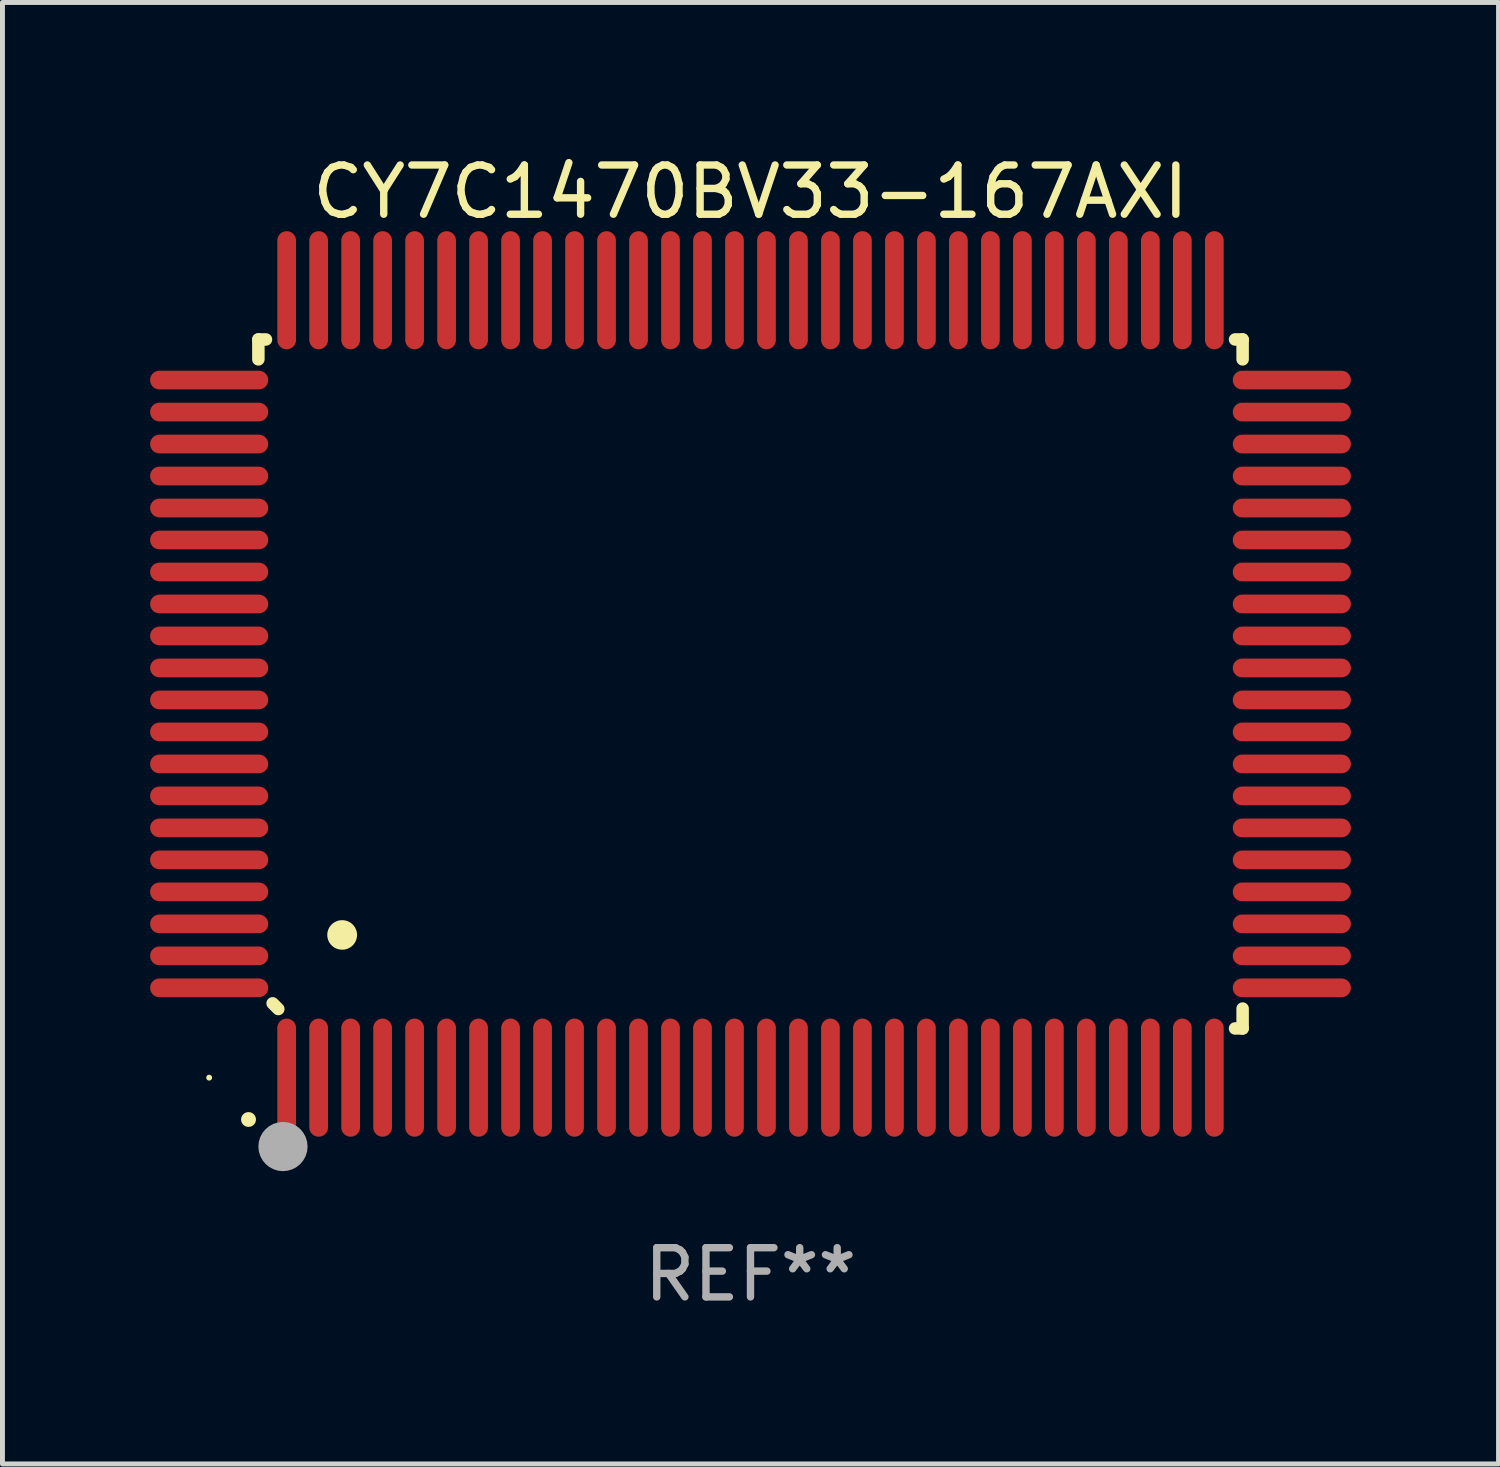
<source format=kicad_pcb>
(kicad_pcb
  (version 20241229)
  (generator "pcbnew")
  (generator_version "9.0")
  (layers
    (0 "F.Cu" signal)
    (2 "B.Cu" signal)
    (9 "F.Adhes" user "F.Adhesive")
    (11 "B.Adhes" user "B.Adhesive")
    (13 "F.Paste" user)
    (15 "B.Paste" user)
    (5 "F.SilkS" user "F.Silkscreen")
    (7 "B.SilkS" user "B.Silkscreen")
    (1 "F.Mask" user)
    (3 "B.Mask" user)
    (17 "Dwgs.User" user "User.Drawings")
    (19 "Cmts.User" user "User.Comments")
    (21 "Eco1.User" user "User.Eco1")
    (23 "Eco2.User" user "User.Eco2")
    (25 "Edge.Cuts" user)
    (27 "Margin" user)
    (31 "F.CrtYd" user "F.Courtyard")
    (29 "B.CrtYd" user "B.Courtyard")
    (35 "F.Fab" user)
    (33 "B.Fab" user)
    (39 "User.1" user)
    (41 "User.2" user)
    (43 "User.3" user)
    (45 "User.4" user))
  (footprint "CY7C1470BV33-167AXI"
    (layer "F.Cu")
    (at 12.2 10.848)
    (property "Reference" "CY7C1470BV33-167AXI" (at 0 -10 0) (layer "F.SilkS") (effects (font (size 1 1) (thickness 0.15))))
    (attr through_hole)
    (fp_line (start -10 -7) (end -10 -6.596) (stroke (width 0.254) (type solid)) (layer "F.SilkS"))
    (fp_line (start -10 -7) (end -9.846 -7) (stroke (width 0.254) (type solid)) (layer "F.SilkS"))
    (fp_line (start -9.595 6.605) (end -9.71 6.49) (stroke (width 0.254) (type solid)) (layer "F.SilkS"))
    (fp_line (start 9.846 -7) (end 10 -7) (stroke (width 0.254) (type solid)) (layer "F.SilkS"))
    (fp_line (start 10 -7) (end 10 -6.596) (stroke (width 0.254) (type solid)) (layer "F.SilkS"))
    (fp_line (start 10 6.596) (end 10 7) (stroke (width 0.254) (type solid)) (layer "F.SilkS"))
    (fp_line (start 10 7) (end 9.846 7) (stroke (width 0.254) (type solid)) (layer "F.SilkS"))
    (fp_arc (start -10.201295 8.850064) (mid -10.200025 8.850059) (end -10.198755 8.850064) (stroke (width 0.3) (type solid)) (layer "F.SilkS"))
    (fp_arc (start -8.300025 5.100076) (mid -8.297485 5.100065) (end -8.294945 5.100076) (stroke (width 0.6) (type solid)) (layer "F.SilkS"))
    (fp_circle (center -11 8) (end -10.97 8) (stroke (width 0.06) (type solid)) (fill no) (layer "F.SilkS"))
    (fp_circle (center -9.5 9.4) (end -9.25 9.4) (stroke (width 0.5) (type solid)) (fill no) (layer "F.Fab"))
    (fp_text user "REF**" (at 0 12 0) (layer "F.Fab") (effects (font (size 1 1) (thickness 0.15))))
    (pad "1" smd oval (at -9.425 8 180) (size 0.38 2.4) (layers "F.Cu" "F.Mask" "F.Paste"))
    (pad "2" smd oval (at -8.775 8 180) (size 0.38 2.4) (layers "F.Cu" "F.Mask" "F.Paste"))
    (pad "3" smd oval (at -8.125 8 180) (size 0.38 2.4) (layers "F.Cu" "F.Mask" "F.Paste"))
    (pad "4" smd oval (at -7.475 8 180) (size 0.38 2.4) (layers "F.Cu" "F.Mask" "F.Paste"))
    (pad "5" smd oval (at -6.825 8 180) (size 0.38 2.4) (layers "F.Cu" "F.Mask" "F.Paste"))
    (pad "6" smd oval (at -6.175 8 180) (size 0.38 2.4) (layers "F.Cu" "F.Mask" "F.Paste"))
    (pad "7" smd oval (at -5.525 8 180) (size 0.38 2.4) (layers "F.Cu" "F.Mask" "F.Paste"))
    (pad "8" smd oval (at -4.875 8 180) (size 0.38 2.4) (layers "F.Cu" "F.Mask" "F.Paste"))
    (pad "9" smd oval (at -4.225 8 180) (size 0.38 2.4) (layers "F.Cu" "F.Mask" "F.Paste"))
    (pad "10" smd oval (at -3.575 8 180) (size 0.38 2.4) (layers "F.Cu" "F.Mask" "F.Paste"))
    (pad "11" smd oval (at -2.925 8 180) (size 0.38 2.4) (layers "F.Cu" "F.Mask" "F.Paste"))
    (pad "12" smd oval (at -2.275 8 180) (size 0.38 2.4) (layers "F.Cu" "F.Mask" "F.Paste"))
    (pad "13" smd oval (at -1.625 8 180) (size 0.38 2.4) (layers "F.Cu" "F.Mask" "F.Paste"))
    (pad "14" smd oval (at -0.975 8 180) (size 0.38 2.4) (layers "F.Cu" "F.Mask" "F.Paste"))
    (pad "15" smd oval (at -0.325 8 180) (size 0.38 2.4) (layers "F.Cu" "F.Mask" "F.Paste"))
    (pad "16" smd oval (at 0.325 8 180) (size 0.38 2.4) (layers "F.Cu" "F.Mask" "F.Paste"))
    (pad "17" smd oval (at 0.975 8 180) (size 0.38 2.4) (layers "F.Cu" "F.Mask" "F.Paste"))
    (pad "18" smd oval (at 1.625 8 180) (size 0.38 2.4) (layers "F.Cu" "F.Mask" "F.Paste"))
    (pad "19" smd oval (at 2.275 8 180) (size 0.38 2.4) (layers "F.Cu" "F.Mask" "F.Paste"))
    (pad "20" smd oval (at 2.925 8 180) (size 0.38 2.4) (layers "F.Cu" "F.Mask" "F.Paste"))
    (pad "21" smd oval (at 3.575 8 180) (size 0.38 2.4) (layers "F.Cu" "F.Mask" "F.Paste"))
    (pad "22" smd oval (at 4.225 8 180) (size 0.38 2.4) (layers "F.Cu" "F.Mask" "F.Paste"))
    (pad "23" smd oval (at 4.875 8 180) (size 0.38 2.4) (layers "F.Cu" "F.Mask" "F.Paste"))
    (pad "24" smd oval (at 5.525 8 180) (size 0.38 2.4) (layers "F.Cu" "F.Mask" "F.Paste"))
    (pad "25" smd oval (at 6.175 8 180) (size 0.38 2.4) (layers "F.Cu" "F.Mask" "F.Paste"))
    (pad "26" smd oval (at 6.825 8 180) (size 0.38 2.4) (layers "F.Cu" "F.Mask" "F.Paste"))
    (pad "27" smd oval (at 7.475 8 180) (size 0.38 2.4) (layers "F.Cu" "F.Mask" "F.Paste"))
    (pad "28" smd oval (at 8.125 8 180) (size 0.38 2.4) (layers "F.Cu" "F.Mask" "F.Paste"))
    (pad "29" smd oval (at 8.775 8 180) (size 0.38 2.4) (layers "F.Cu" "F.Mask" "F.Paste"))
    (pad "30" smd oval (at 9.425 8 180) (size 0.38 2.4) (layers "F.Cu" "F.Mask" "F.Paste"))
    (pad "31" smd oval (at 11 6.175 90) (size 0.38 2.4) (layers "F.Cu" "F.Mask" "F.Paste"))
    (pad "32" smd oval (at 11 5.525 90) (size 0.38 2.4) (layers "F.Cu" "F.Mask" "F.Paste"))
    (pad "33" smd oval (at 11 4.875 90) (size 0.38 2.4) (layers "F.Cu" "F.Mask" "F.Paste"))
    (pad "34" smd oval (at 11 4.225 90) (size 0.38 2.4) (layers "F.Cu" "F.Mask" "F.Paste"))
    (pad "35" smd oval (at 11 3.575 90) (size 0.38 2.4) (layers "F.Cu" "F.Mask" "F.Paste"))
    (pad "36" smd oval (at 11 2.925 90) (size 0.38 2.4) (layers "F.Cu" "F.Mask" "F.Paste"))
    (pad "37" smd oval (at 11 2.275 90) (size 0.38 2.4) (layers "F.Cu" "F.Mask" "F.Paste"))
    (pad "38" smd oval (at 11 1.625 90) (size 0.38 2.4) (layers "F.Cu" "F.Mask" "F.Paste"))
    (pad "39" smd oval (at 11 0.975 90) (size 0.38 2.4) (layers "F.Cu" "F.Mask" "F.Paste"))
    (pad "40" smd oval (at 11 0.325 90) (size 0.38 2.4) (layers "F.Cu" "F.Mask" "F.Paste"))
    (pad "41" smd oval (at 11 -0.325 90) (size 0.38 2.4) (layers "F.Cu" "F.Mask" "F.Paste"))
    (pad "42" smd oval (at 11 -0.975 90) (size 0.38 2.4) (layers "F.Cu" "F.Mask" "F.Paste"))
    (pad "43" smd oval (at 11 -1.625 90) (size 0.38 2.4) (layers "F.Cu" "F.Mask" "F.Paste"))
    (pad "44" smd oval (at 11 -2.275 90) (size 0.38 2.4) (layers "F.Cu" "F.Mask" "F.Paste"))
    (pad "45" smd oval (at 11 -2.925 90) (size 0.38 2.4) (layers "F.Cu" "F.Mask" "F.Paste"))
    (pad "46" smd oval (at 11 -3.575 90) (size 0.38 2.4) (layers "F.Cu" "F.Mask" "F.Paste"))
    (pad "47" smd oval (at 11 -4.225 90) (size 0.38 2.4) (layers "F.Cu" "F.Mask" "F.Paste"))
    (pad "48" smd oval (at 11 -4.875 90) (size 0.38 2.4) (layers "F.Cu" "F.Mask" "F.Paste"))
    (pad "49" smd oval (at 11 -5.525 90) (size 0.38 2.4) (layers "F.Cu" "F.Mask" "F.Paste"))
    (pad "50" smd oval (at 11 -6.175 90) (size 0.38 2.4) (layers "F.Cu" "F.Mask" "F.Paste"))
    (pad "51" smd oval (at 9.425 -8 180) (size 0.38 2.4) (layers "F.Cu" "F.Mask" "F.Paste"))
    (pad "52" smd oval (at 8.775 -8 180) (size 0.38 2.4) (layers "F.Cu" "F.Mask" "F.Paste"))
    (pad "53" smd oval (at 8.125 -8 180) (size 0.38 2.4) (layers "F.Cu" "F.Mask" "F.Paste"))
    (pad "54" smd oval (at 7.475 -8 180) (size 0.38 2.4) (layers "F.Cu" "F.Mask" "F.Paste"))
    (pad "55" smd oval (at 6.825 -8 180) (size 0.38 2.4) (layers "F.Cu" "F.Mask" "F.Paste"))
    (pad "56" smd oval (at 6.175 -8 180) (size 0.38 2.4) (layers "F.Cu" "F.Mask" "F.Paste"))
    (pad "57" smd oval (at 5.525 -8 180) (size 0.38 2.4) (layers "F.Cu" "F.Mask" "F.Paste"))
    (pad "58" smd oval (at 4.875 -8 180) (size 0.38 2.4) (layers "F.Cu" "F.Mask" "F.Paste"))
    (pad "59" smd oval (at 4.225 -8 180) (size 0.38 2.4) (layers "F.Cu" "F.Mask" "F.Paste"))
    (pad "60" smd oval (at 3.575 -8 180) (size 0.38 2.4) (layers "F.Cu" "F.Mask" "F.Paste"))
    (pad "61" smd oval (at 2.925 -8 180) (size 0.38 2.4) (layers "F.Cu" "F.Mask" "F.Paste"))
    (pad "62" smd oval (at 2.275 -8 180) (size 0.38 2.4) (layers "F.Cu" "F.Mask" "F.Paste"))
    (pad "63" smd oval (at 1.625 -8 180) (size 0.38 2.4) (layers "F.Cu" "F.Mask" "F.Paste"))
    (pad "64" smd oval (at 0.975 -8 180) (size 0.38 2.4) (layers "F.Cu" "F.Mask" "F.Paste"))
    (pad "65" smd oval (at 0.325 -8 180) (size 0.38 2.4) (layers "F.Cu" "F.Mask" "F.Paste"))
    (pad "66" smd oval (at -0.325 -8 180) (size 0.38 2.4) (layers "F.Cu" "F.Mask" "F.Paste"))
    (pad "67" smd oval (at -0.975 -8 180) (size 0.38 2.4) (layers "F.Cu" "F.Mask" "F.Paste"))
    (pad "68" smd oval (at -1.625 -8 180) (size 0.38 2.4) (layers "F.Cu" "F.Mask" "F.Paste"))
    (pad "69" smd oval (at -2.275 -8 180) (size 0.38 2.4) (layers "F.Cu" "F.Mask" "F.Paste"))
    (pad "70" smd oval (at -2.925 -8 180) (size 0.38 2.4) (layers "F.Cu" "F.Mask" "F.Paste"))
    (pad "71" smd oval (at -3.575 -8 180) (size 0.38 2.4) (layers "F.Cu" "F.Mask" "F.Paste"))
    (pad "72" smd oval (at -4.225 -8 180) (size 0.38 2.4) (layers "F.Cu" "F.Mask" "F.Paste"))
    (pad "73" smd oval (at -4.875 -8 180) (size 0.38 2.4) (layers "F.Cu" "F.Mask" "F.Paste"))
    (pad "74" smd oval (at -5.525 -8 180) (size 0.38 2.4) (layers "F.Cu" "F.Mask" "F.Paste"))
    (pad "75" smd oval (at -6.175 -8 180) (size 0.38 2.4) (layers "F.Cu" "F.Mask" "F.Paste"))
    (pad "76" smd oval (at -6.825 -8 180) (size 0.38 2.4) (layers "F.Cu" "F.Mask" "F.Paste"))
    (pad "77" smd oval (at -7.475 -8 180) (size 0.38 2.4) (layers "F.Cu" "F.Mask" "F.Paste"))
    (pad "78" smd oval (at -8.125 -8 180) (size 0.38 2.4) (layers "F.Cu" "F.Mask" "F.Paste"))
    (pad "79" smd oval (at -8.775 -8 180) (size 0.38 2.4) (layers "F.Cu" "F.Mask" "F.Paste"))
    (pad "80" smd oval (at -9.425 -8 180) (size 0.38 2.4) (layers "F.Cu" "F.Mask" "F.Paste"))
    (pad "81" smd oval (at -11 -6.175 90) (size 0.38 2.4) (layers "F.Cu" "F.Mask" "F.Paste"))
    (pad "82" smd oval (at -11 -5.525 90) (size 0.38 2.4) (layers "F.Cu" "F.Mask" "F.Paste"))
    (pad "83" smd oval (at -11 -4.875 90) (size 0.38 2.4) (layers "F.Cu" "F.Mask" "F.Paste"))
    (pad "84" smd oval (at -11 -4.225 90) (size 0.38 2.4) (layers "F.Cu" "F.Mask" "F.Paste"))
    (pad "85" smd oval (at -11 -3.575 90) (size 0.38 2.4) (layers "F.Cu" "F.Mask" "F.Paste"))
    (pad "86" smd oval (at -11 -2.925 90) (size 0.38 2.4) (layers "F.Cu" "F.Mask" "F.Paste"))
    (pad "87" smd oval (at -11 -2.275 90) (size 0.38 2.4) (layers "F.Cu" "F.Mask" "F.Paste"))
    (pad "88" smd oval (at -11 -1.625 90) (size 0.38 2.4) (layers "F.Cu" "F.Mask" "F.Paste"))
    (pad "89" smd oval (at -11 -0.975 90) (size 0.38 2.4) (layers "F.Cu" "F.Mask" "F.Paste"))
    (pad "90" smd oval (at -11 -0.325 90) (size 0.38 2.4) (layers "F.Cu" "F.Mask" "F.Paste"))
    (pad "91" smd oval (at -11 0.325 90) (size 0.38 2.4) (layers "F.Cu" "F.Mask" "F.Paste"))
    (pad "92" smd oval (at -11 0.975 90) (size 0.38 2.4) (layers "F.Cu" "F.Mask" "F.Paste"))
    (pad "93" smd oval (at -11 1.625 90) (size 0.38 2.4) (layers "F.Cu" "F.Mask" "F.Paste"))
    (pad "94" smd oval (at -11 2.275 90) (size 0.38 2.4) (layers "F.Cu" "F.Mask" "F.Paste"))
    (pad "95" smd oval (at -11 2.925 90) (size 0.38 2.4) (layers "F.Cu" "F.Mask" "F.Paste"))
    (pad "96" smd oval (at -11 3.575 90) (size 0.38 2.4) (layers "F.Cu" "F.Mask" "F.Paste"))
    (pad "97" smd oval (at -11 4.225 90) (size 0.38 2.4) (layers "F.Cu" "F.Mask" "F.Paste"))
    (pad "98" smd oval (at -11 4.875 90) (size 0.38 2.4) (layers "F.Cu" "F.Mask" "F.Paste"))
    (pad "99" smd oval (at -11 5.525 90) (size 0.38 2.4) (layers "F.Cu" "F.Mask" "F.Paste"))
    (pad "100" smd oval (at -11 6.175 90) (size 0.38 2.4) (layers "F.Cu" "F.Mask" "F.Paste")))
  (gr_rect
    (start -3 -3)
    (end 27.4 26.697)
    (stroke (width 0.1) (type default))
    (fill no)
    (layer "Edge.Cuts")))
</source>
